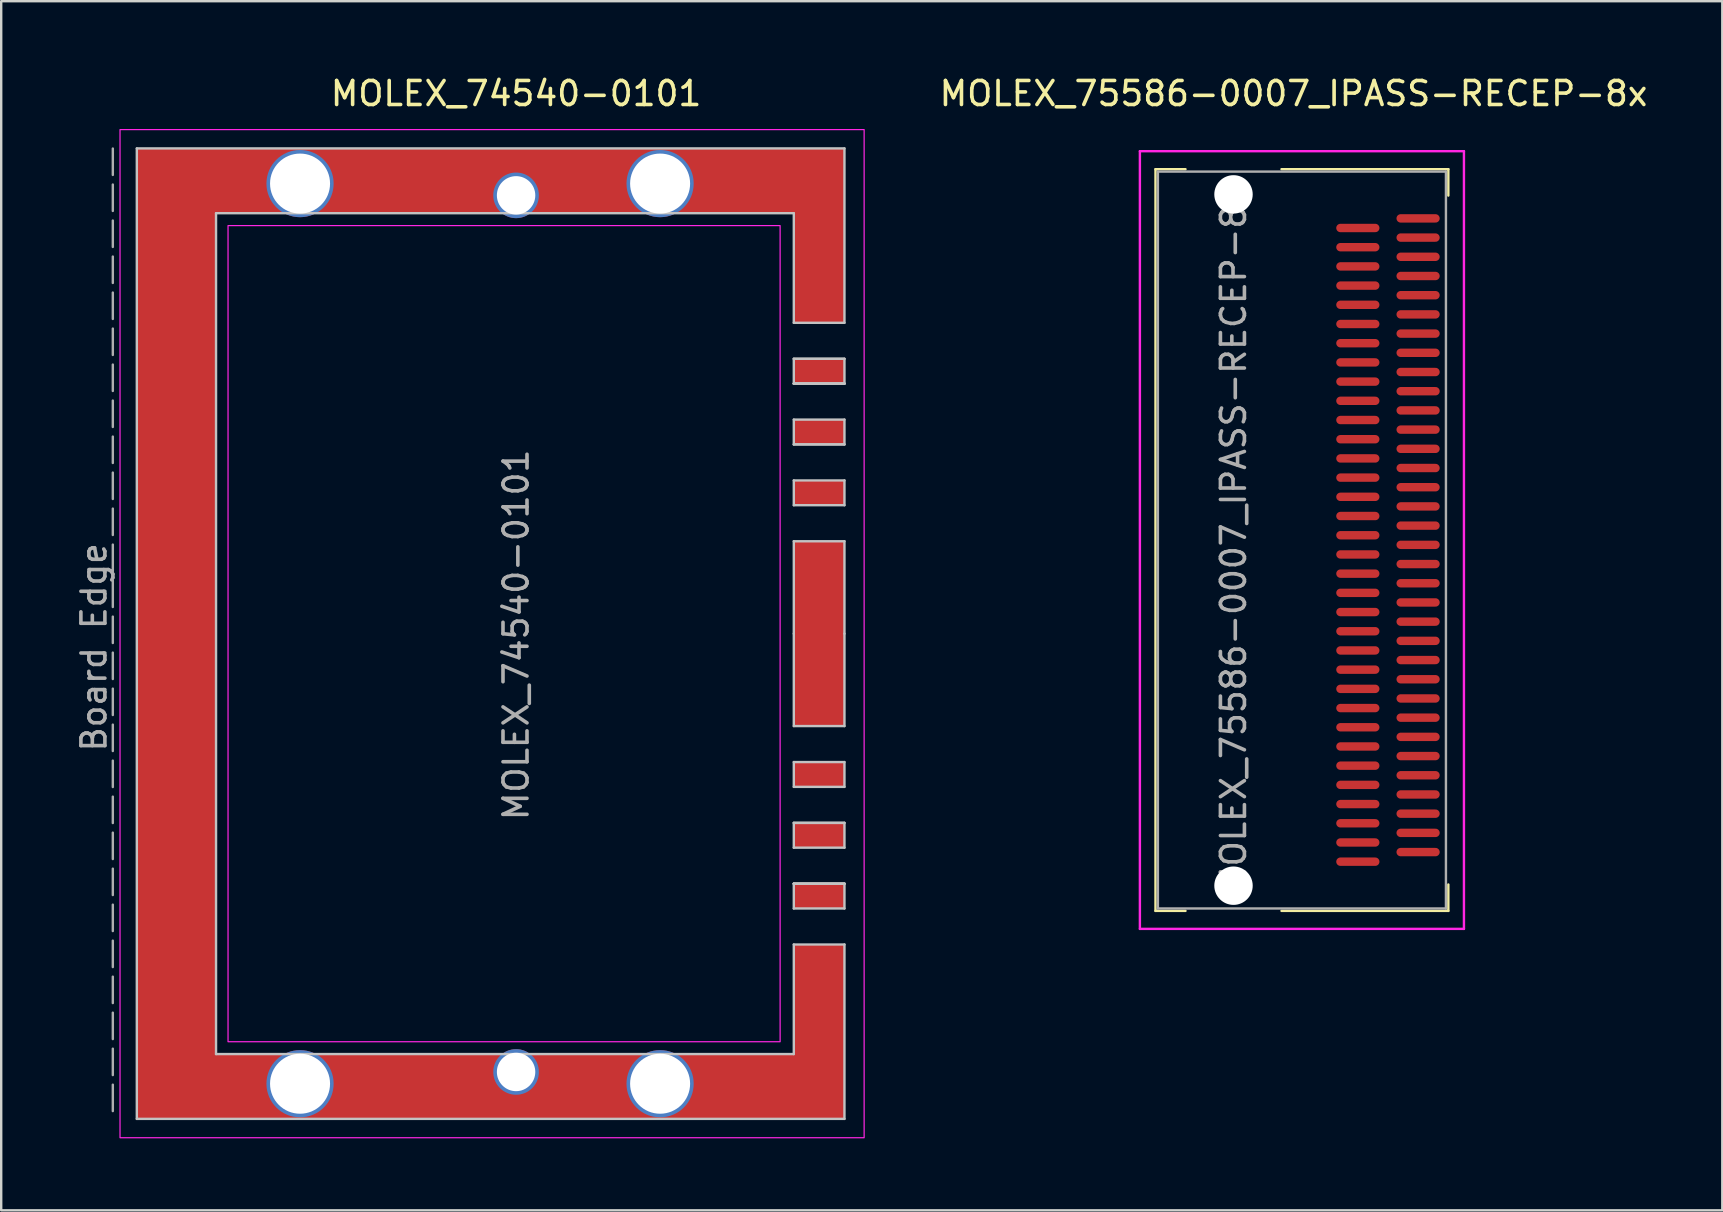
<source format=kicad_pcb>
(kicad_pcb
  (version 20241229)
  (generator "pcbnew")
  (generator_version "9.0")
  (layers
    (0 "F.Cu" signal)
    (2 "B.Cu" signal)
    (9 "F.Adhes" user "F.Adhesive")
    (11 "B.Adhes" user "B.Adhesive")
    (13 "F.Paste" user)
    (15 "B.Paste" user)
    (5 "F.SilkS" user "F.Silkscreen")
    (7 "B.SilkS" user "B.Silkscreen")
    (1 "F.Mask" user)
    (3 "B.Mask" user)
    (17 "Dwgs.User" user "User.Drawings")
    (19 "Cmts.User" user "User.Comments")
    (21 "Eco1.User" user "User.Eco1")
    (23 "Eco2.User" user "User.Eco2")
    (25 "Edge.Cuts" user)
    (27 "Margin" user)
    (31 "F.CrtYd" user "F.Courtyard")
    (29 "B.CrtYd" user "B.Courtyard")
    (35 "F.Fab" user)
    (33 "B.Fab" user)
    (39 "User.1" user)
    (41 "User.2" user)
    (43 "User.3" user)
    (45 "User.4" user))
  (footprint "MOLEX_75586-0007_IPASS-RECEP-8x"
    (layer "F.Cu")
    (at 48.338 19.448)
    (property "Reference" "MOLEX_75586-0007_IPASS-RECEP-8x" (at 2.5 -18.6 0) (layer "F.SilkS") (effects (font (size 1 1) (thickness 0.15))))
    (attr smd)
    (fp_line (start -3.25 -15.45) (end -3.25 15.45) (stroke (width 0.1) (type solid)) (layer "F.SilkS"))
    (fp_line (start -3.25 15.45) (end -2 15.45) (stroke (width 0.1) (type solid)) (layer "F.SilkS"))
    (fp_line (start -2 -15.45) (end -3.25 -15.45) (stroke (width 0.1) (type solid)) (layer "F.SilkS"))
    (fp_line (start 2 -15.45) (end 8.95 -15.45) (stroke (width 0.1) (type solid)) (layer "F.SilkS"))
    (fp_line (start 2 15.45) (end 8.95 15.45) (stroke (width 0.1) (type solid)) (layer "F.SilkS"))
    (fp_line (start 8.95 -15.45) (end 8.95 -14.35) (stroke (width 0.1) (type solid)) (layer "F.SilkS"))
    (fp_line (start 8.95 15.45) (end 8.95 14.35) (stroke (width 0.1) (type solid)) (layer "F.SilkS"))
    (fp_line (start -3.9 -16.2) (end 9.6 -16.2) (stroke (width 0.1) (type solid)) (layer "F.CrtYd"))
    (fp_line (start -3.9 16.2) (end -3.9 -16.2) (stroke (width 0.1) (type solid)) (layer "F.CrtYd"))
    (fp_line (start 9.6 -16.2) (end 9.6 16.2) (stroke (width 0.1) (type solid)) (layer "F.CrtYd"))
    (fp_line (start 9.6 16.2) (end -3.9 16.2) (stroke (width 0.1) (type solid)) (layer "F.CrtYd"))
    (fp_line (start -3.15 -15.35) (end 8.85 -15.35) (stroke (width 0.1) (type solid)) (layer "F.Fab"))
    (fp_line (start -3.15 15.35) (end -3.15 -15.35) (stroke (width 0.1) (type solid)) (layer "F.Fab"))
    (fp_line (start 8.85 -15.35) (end 8.85 15.35) (stroke (width 0.1) (type solid)) (layer "F.Fab"))
    (fp_line (start 8.85 15.35) (end -3.15 15.35) (stroke (width 0.1) (type solid)) (layer "F.Fab"))
    (fp_text user "${REFERENCE}" (at 0 0 90) (unlocked yes) (layer "F.Fab") (effects (font (size 1 1) (thickness 0.15))))
    (pad "" np_thru_hole circle (at 0 -14.4) (size 1.6 1.6) (drill 1.6) (layers "*.Cu" "*.Mask"))
    (pad "" np_thru_hole circle (at 0 14.4) (size 1.6 1.6) (drill 1.6) (layers "*.Cu" "*.Mask"))
    (pad "A1" smd oval (at 5.18 13.4 90) (size 0.35 1.8) (layers "F.Cu" "F.Mask" "F.Paste"))
    (pad "A2" smd oval (at 5.18 12.6 90) (size 0.35 1.8) (layers "F.Cu" "F.Mask" "F.Paste"))
    (pad "A3" smd oval (at 5.18 11.8 90) (size 0.35 1.8) (layers "F.Cu" "F.Mask" "F.Paste"))
    (pad "A4" smd oval (at 5.18 11 90) (size 0.35 1.8) (layers "F.Cu" "F.Mask" "F.Paste"))
    (pad "A5" smd oval (at 5.18 10.2 90) (size 0.35 1.8) (layers "F.Cu" "F.Mask" "F.Paste"))
    (pad "A6" smd oval (at 5.18 9.4 90) (size 0.35 1.8) (layers "F.Cu" "F.Mask" "F.Paste"))
    (pad "A7" smd oval (at 5.18 8.6 90) (size 0.35 1.8) (layers "F.Cu" "F.Mask" "F.Paste"))
    (pad "A8" smd oval (at 5.18 7.8 90) (size 0.35 1.8) (layers "F.Cu" "F.Mask" "F.Paste"))
    (pad "A9" smd oval (at 5.18 7 90) (size 0.35 1.8) (layers "F.Cu" "F.Mask" "F.Paste"))
    (pad "A10" smd oval (at 5.18 6.2 90) (size 0.35 1.8) (layers "F.Cu" "F.Mask" "F.Paste"))
    (pad "A11" smd oval (at 5.18 5.4 90) (size 0.35 1.8) (layers "F.Cu" "F.Mask" "F.Paste"))
    (pad "A12" smd oval (at 5.18 4.6 90) (size 0.35 1.8) (layers "F.Cu" "F.Mask" "F.Paste"))
    (pad "A13" smd oval (at 5.18 3.8 90) (size 0.35 1.8) (layers "F.Cu" "F.Mask" "F.Paste"))
    (pad "A14" smd oval (at 5.18 3 90) (size 0.35 1.8) (layers "F.Cu" "F.Mask" "F.Paste"))
    (pad "A15" smd oval (at 5.18 2.2 90) (size 0.35 1.8) (layers "F.Cu" "F.Mask" "F.Paste"))
    (pad "A16" smd oval (at 5.18 1.4 90) (size 0.35 1.8) (layers "F.Cu" "F.Mask" "F.Paste"))
    (pad "A17" smd oval (at 5.18 0.6 90) (size 0.35 1.8) (layers "F.Cu" "F.Mask" "F.Paste"))
    (pad "A18" smd oval (at 5.18 -0.2 90) (size 0.35 1.8) (layers "F.Cu" "F.Mask" "F.Paste"))
    (pad "A19" smd oval (at 5.18 -1 90) (size 0.35 1.8) (layers "F.Cu" "F.Mask" "F.Paste"))
    (pad "A20" smd oval (at 5.18 -1.8 90) (size 0.35 1.8) (layers "F.Cu" "F.Mask" "F.Paste"))
    (pad "A21" smd oval (at 5.18 -2.6 90) (size 0.35 1.8) (layers "F.Cu" "F.Mask" "F.Paste"))
    (pad "A22" smd oval (at 5.18 -3.4 90) (size 0.35 1.8) (layers "F.Cu" "F.Mask" "F.Paste"))
    (pad "A23" smd oval (at 5.18 -4.2 90) (size 0.35 1.8) (layers "F.Cu" "F.Mask" "F.Paste"))
    (pad "A24" smd oval (at 5.18 -5 90) (size 0.35 1.8) (layers "F.Cu" "F.Mask" "F.Paste"))
    (pad "A25" smd oval (at 5.18 -5.8 90) (size 0.35 1.8) (layers "F.Cu" "F.Mask" "F.Paste"))
    (pad "A26" smd oval (at 5.18 -6.6 90) (size 0.35 1.8) (layers "F.Cu" "F.Mask" "F.Paste"))
    (pad "A27" smd oval (at 5.18 -7.4 90) (size 0.35 1.8) (layers "F.Cu" "F.Mask" "F.Paste"))
    (pad "A28" smd oval (at 5.18 -8.2 90) (size 0.35 1.8) (layers "F.Cu" "F.Mask" "F.Paste"))
    (pad "A29" smd oval (at 5.18 -9 90) (size 0.35 1.8) (layers "F.Cu" "F.Mask" "F.Paste"))
    (pad "A30" smd oval (at 5.18 -9.8 90) (size 0.35 1.8) (layers "F.Cu" "F.Mask" "F.Paste"))
    (pad "A31" smd oval (at 5.18 -10.6 90) (size 0.35 1.8) (layers "F.Cu" "F.Mask" "F.Paste"))
    (pad "A32" smd oval (at 5.18 -11.4 90) (size 0.35 1.8) (layers "F.Cu" "F.Mask" "F.Paste"))
    (pad "A33" smd oval (at 5.18 -12.2 90) (size 0.35 1.8) (layers "F.Cu" "F.Mask" "F.Paste"))
    (pad "A34" smd oval (at 5.18 -13 90) (size 0.35 1.8) (layers "F.Cu" "F.Mask" "F.Paste"))
    (pad "B1" smd oval (at 7.69 13 90) (size 0.35 1.8) (layers "F.Cu" "F.Mask" "F.Paste"))
    (pad "B2" smd oval (at 7.69 12.2 90) (size 0.35 1.8) (layers "F.Cu" "F.Mask" "F.Paste"))
    (pad "B3" smd oval (at 7.69 11.4 90) (size 0.35 1.8) (layers "F.Cu" "F.Mask" "F.Paste"))
    (pad "B4" smd oval (at 7.69 10.6 90) (size 0.35 1.8) (layers "F.Cu" "F.Mask" "F.Paste"))
    (pad "B5" smd oval (at 7.69 9.8 90) (size 0.35 1.8) (layers "F.Cu" "F.Mask" "F.Paste"))
    (pad "B6" smd oval (at 7.69 9 90) (size 0.35 1.8) (layers "F.Cu" "F.Mask" "F.Paste"))
    (pad "B7" smd oval (at 7.69 8.2 90) (size 0.35 1.8) (layers "F.Cu" "F.Mask" "F.Paste"))
    (pad "B8" smd oval (at 7.69 7.4 90) (size 0.35 1.8) (layers "F.Cu" "F.Mask" "F.Paste"))
    (pad "B9" smd oval (at 7.69 6.6 90) (size 0.35 1.8) (layers "F.Cu" "F.Mask" "F.Paste"))
    (pad "B10" smd oval (at 7.69 5.8 90) (size 0.35 1.8) (layers "F.Cu" "F.Mask" "F.Paste"))
    (pad "B11" smd oval (at 7.69 5 90) (size 0.35 1.8) (layers "F.Cu" "F.Mask" "F.Paste"))
    (pad "B12" smd oval (at 7.69 4.2 90) (size 0.35 1.8) (layers "F.Cu" "F.Mask" "F.Paste"))
    (pad "B13" smd oval (at 7.69 3.4 90) (size 0.35 1.8) (layers "F.Cu" "F.Mask" "F.Paste"))
    (pad "B14" smd oval (at 7.69 2.6 90) (size 0.35 1.8) (layers "F.Cu" "F.Mask" "F.Paste"))
    (pad "B15" smd oval (at 7.69 1.8 90) (size 0.35 1.8) (layers "F.Cu" "F.Mask" "F.Paste"))
    (pad "B16" smd oval (at 7.69 1 90) (size 0.35 1.8) (layers "F.Cu" "F.Mask" "F.Paste"))
    (pad "B17" smd oval (at 7.69 0.2 90) (size 0.35 1.8) (layers "F.Cu" "F.Mask" "F.Paste"))
    (pad "B18" smd oval (at 7.69 -0.6 90) (size 0.35 1.8) (layers "F.Cu" "F.Mask" "F.Paste"))
    (pad "B19" smd oval (at 7.69 -1.4 90) (size 0.35 1.8) (layers "F.Cu" "F.Mask" "F.Paste"))
    (pad "B20" smd oval (at 7.69 -2.2 90) (size 0.35 1.8) (layers "F.Cu" "F.Mask" "F.Paste"))
    (pad "B21" smd oval (at 7.69 -3 90) (size 0.35 1.8) (layers "F.Cu" "F.Mask" "F.Paste"))
    (pad "B22" smd oval (at 7.69 -3.8 90) (size 0.35 1.8) (layers "F.Cu" "F.Mask" "F.Paste"))
    (pad "B23" smd oval (at 7.69 -4.6 90) (size 0.35 1.8) (layers "F.Cu" "F.Mask" "F.Paste"))
    (pad "B24" smd oval (at 7.69 -5.4 90) (size 0.35 1.8) (layers "F.Cu" "F.Mask" "F.Paste"))
    (pad "B25" smd oval (at 7.69 -6.2 90) (size 0.35 1.8) (layers "F.Cu" "F.Mask" "F.Paste"))
    (pad "B26" smd oval (at 7.69 -7 90) (size 0.35 1.8) (layers "F.Cu" "F.Mask" "F.Paste"))
    (pad "B27" smd oval (at 7.69 -7.8 90) (size 0.35 1.8) (layers "F.Cu" "F.Mask" "F.Paste"))
    (pad "B28" smd oval (at 7.69 -8.6 90) (size 0.35 1.8) (layers "F.Cu" "F.Mask" "F.Paste"))
    (pad "B29" smd oval (at 7.69 -9.4 90) (size 0.35 1.8) (layers "F.Cu" "F.Mask" "F.Paste"))
    (pad "B30" smd oval (at 7.69 -10.2 90) (size 0.35 1.8) (layers "F.Cu" "F.Mask" "F.Paste"))
    (pad "B31" smd oval (at 7.69 -11 90) (size 0.35 1.8) (layers "F.Cu" "F.Mask" "F.Paste"))
    (pad "B32" smd oval (at 7.69 -11.8 90) (size 0.35 1.8) (layers "F.Cu" "F.Mask" "F.Paste"))
    (pad "B33" smd oval (at 7.69 -12.6 90) (size 0.35 1.8) (layers "F.Cu" "F.Mask" "F.Paste"))
    (pad "B34" smd oval (at 7.69 -13.4 90) (size 0.35 1.8) (layers "F.Cu" "F.Mask" "F.Paste"))
    (zone (net_name "") (layer "F.Cu") (hatch edge 0.5) (connect_pads) (min_thickness 0.25) (filled_areas_thickness no) (keepout (tracks not_allowed) (vias not_allowed) (pads not_allowed) (copperpour allowed) (footprints allowed)) (placement (enabled no)) (fill) (polygon (pts (xy 45.188 4.098) (xy 46.688 4.098) (xy 46.688 5.948) (xy 45.188 5.948))))
    (zone (net_name "") (layer "F.Cu") (hatch edge 0.5) (connect_pads) (min_thickness 0.25) (filled_areas_thickness no) (keepout (tracks not_allowed) (vias not_allowed) (pads not_allowed) (copperpour allowed) (footprints allowed)) (placement (enabled no)) (fill) (polygon (pts (xy 45.188 32.948) (xy 46.688 32.948) (xy 46.688 34.798) (xy 45.188 34.798))))
    (zone (net_name "") (layer "F.Cu") (hatch edge 0.5) (connect_pads) (min_thickness 0.25) (filled_areas_thickness no) (keepout (tracks not_allowed) (vias not_allowed) (pads not_allowed) (copperpour allowed) (footprints allowed)) (placement (enabled no)) (fill) (polygon (pts (xy 55.138 4.098) (xy 57.188 4.098) (xy 57.188 5.498) (xy 55.138 5.498))))
    (zone (net_name "") (layer "F.Cu") (hatch edge 0.5) (connect_pads) (min_thickness 0.25) (filled_areas_thickness no) (keepout (tracks not_allowed) (vias not_allowed) (pads not_allowed) (copperpour allowed) (footprints allowed)) (placement (enabled no)) (fill) (polygon (pts (xy 55.138 33.398) (xy 57.188 33.398) (xy 57.188 34.798) (xy 55.138 34.798)))))
  (footprint "MOLEX_74540-0101"
    (layer "F.Cu")
    (at 18.45 23.348)
    (property "Reference" "MOLEX_74540-0101" (at 0 -22.5 0) (unlocked yes) (layer "F.SilkS") (effects (font (size 1 1) (thickness 0.15))))
    (attr through_hole)
    (fp_line (start -15.8 -20.215) (end 13.68 -20.215) (stroke (width 0.1) (type default)) (layer "Dwgs.User"))
    (fp_line (start -15.8 20.215) (end -15.8 -20.215) (stroke (width 0.1) (type default)) (layer "Dwgs.User"))
    (fp_line (start -12.5 -17.515) (end -12.5 17.515) (stroke (width 0.1) (type default)) (layer "Dwgs.User"))
    (fp_line (start -12.5 17.515) (end 11.57 17.515) (stroke (width 0.1) (type default)) (layer "Dwgs.User"))
    (fp_line (start 11.57 -17.515) (end -12.5 -17.515) (stroke (width 0.1) (type default)) (layer "Dwgs.User"))
    (fp_line (start 11.57 -12.95) (end 11.57 -17.515) (stroke (width 0.1) (type default)) (layer "Dwgs.User"))
    (fp_line (start 11.57 -12.95) (end 13.68 -12.95) (stroke (width 0.1) (type default)) (layer "Dwgs.User"))
    (fp_line (start 11.57 -11.45) (end 13.68 -11.45) (stroke (width 0.1) (type default)) (layer "Dwgs.User"))
    (fp_line (start 11.57 -11.45) (end 13.68 -11.45) (stroke (width 0.1) (type default)) (layer "Dwgs.User"))
    (fp_line (start 11.57 -10.417) (end 11.57 -11.45) (stroke (width 0.1) (type default)) (layer "Dwgs.User"))
    (fp_line (start 11.57 -10.417) (end 13.68 -10.417) (stroke (width 0.1) (type default)) (layer "Dwgs.User"))
    (fp_line (start 11.57 -8.917) (end 13.68 -8.917) (stroke (width 0.1) (type default)) (layer "Dwgs.User"))
    (fp_line (start 11.57 -7.883) (end 11.57 -8.917) (stroke (width 0.1) (type default)) (layer "Dwgs.User"))
    (fp_line (start 11.57 -6.383) (end 11.57 -5.35) (stroke (width 0.1) (type default)) (layer "Dwgs.User"))
    (fp_line (start 11.57 -6.383) (end 13.68 -6.383) (stroke (width 0.1) (type default)) (layer "Dwgs.User"))
    (fp_line (start 11.57 -5.35) (end 13.68 -5.35) (stroke (width 0.1) (type default)) (layer "Dwgs.User"))
    (fp_line (start 11.57 -3.85) (end 13.68 -3.85) (stroke (width 0.1) (type default)) (layer "Dwgs.User"))
    (fp_line (start 11.57 0) (end 11.57 -3.85) (stroke (width 0.1) (type default)) (layer "Dwgs.User"))
    (fp_line (start 11.57 0) (end 11.57 3.85) (stroke (width 0.1) (type default)) (layer "Dwgs.User"))
    (fp_line (start 11.57 6.383) (end 11.57 5.35) (stroke (width 0.1) (type default)) (layer "Dwgs.User"))
    (fp_line (start 11.57 7.883) (end 11.57 8.917) (stroke (width 0.1) (type default)) (layer "Dwgs.User"))
    (fp_line (start 11.57 7.883) (end 13.68 7.883) (stroke (width 0.1) (type default)) (layer "Dwgs.User"))
    (fp_line (start 11.57 7.883) (end 13.68 7.883) (stroke (width 0.1) (type default)) (layer "Dwgs.User"))
    (fp_line (start 11.57 10.417) (end 11.57 11.45) (stroke (width 0.1) (type default)) (layer "Dwgs.User"))
    (fp_line (start 11.57 10.417) (end 13.68 10.417) (stroke (width 0.1) (type default)) (layer "Dwgs.User"))
    (fp_line (start 11.57 10.417) (end 13.68 10.417) (stroke (width 0.1) (type default)) (layer "Dwgs.User"))
    (fp_line (start 11.57 10.417) (end 13.68 10.417) (stroke (width 0.1) (type default)) (layer "Dwgs.User"))
    (fp_line (start 11.57 12.95) (end 13.68 12.95) (stroke (width 0.1) (type default)) (layer "Dwgs.User"))
    (fp_line (start 11.57 17.515) (end 11.57 12.95) (stroke (width 0.1) (type default)) (layer "Dwgs.User"))
    (fp_line (start 13.68 -20.215) (end 13.68 -12.95) (stroke (width 0.1) (type default)) (layer "Dwgs.User"))
    (fp_line (start 13.68 -10.417) (end 11.57 -10.417) (stroke (width 0.1) (type default)) (layer "Dwgs.User"))
    (fp_line (start 13.68 -10.417) (end 11.57 -10.417) (stroke (width 0.1) (type default)) (layer "Dwgs.User"))
    (fp_line (start 13.68 -10.417) (end 11.57 -10.417) (stroke (width 0.1) (type default)) (layer "Dwgs.User"))
    (fp_line (start 13.68 -10.417) (end 13.68 -11.45) (stroke (width 0.1) (type default)) (layer "Dwgs.User"))
    (fp_line (start 13.68 -7.883) (end 11.57 -7.883) (stroke (width 0.1) (type default)) (layer "Dwgs.User"))
    (fp_line (start 13.68 -7.883) (end 11.57 -7.883) (stroke (width 0.1) (type default)) (layer "Dwgs.User"))
    (fp_line (start 13.68 -7.883) (end 13.68 -8.917) (stroke (width 0.1) (type default)) (layer "Dwgs.User"))
    (fp_line (start 13.68 -6.383) (end 13.68 -5.35) (stroke (width 0.1) (type default)) (layer "Dwgs.User"))
    (fp_line (start 13.68 0) (end 13.68 -3.85) (stroke (width 0.1) (type default)) (layer "Dwgs.User"))
    (fp_line (start 13.68 0) (end 13.68 3.85) (stroke (width 0.1) (type default)) (layer "Dwgs.User"))
    (fp_line (start 13.68 3.85) (end 11.57 3.85) (stroke (width 0.1) (type default)) (layer "Dwgs.User"))
    (fp_line (start 13.68 5.35) (end 11.57 5.35) (stroke (width 0.1) (type default)) (layer "Dwgs.User"))
    (fp_line (start 13.68 6.383) (end 11.57 6.383) (stroke (width 0.1) (type default)) (layer "Dwgs.User"))
    (fp_line (start 13.68 6.383) (end 13.68 5.35) (stroke (width 0.1) (type default)) (layer "Dwgs.User"))
    (fp_line (start 13.68 7.883) (end 13.68 8.917) (stroke (width 0.1) (type default)) (layer "Dwgs.User"))
    (fp_line (start 13.68 8.917) (end 11.57 8.917) (stroke (width 0.1) (type default)) (layer "Dwgs.User"))
    (fp_line (start 13.68 10.417) (end 11.57 10.417) (stroke (width 0.1) (type default)) (layer "Dwgs.User"))
    (fp_line (start 13.68 10.417) (end 13.68 11.45) (stroke (width 0.1) (type default)) (layer "Dwgs.User"))
    (fp_line (start 13.68 11.45) (end 11.57 11.45) (stroke (width 0.1) (type default)) (layer "Dwgs.User"))
    (fp_line (start 13.68 12.95) (end 13.68 20.215) (stroke (width 0.1) (type default)) (layer "Dwgs.User"))
    (fp_line (start 13.68 20.215) (end -15.8 20.215) (stroke (width 0.1) (type default)) (layer "Dwgs.User"))
    (fp_rect (start -16.5 -21) (end 14.5 21) (stroke (width 0.05) (type default)) (fill no) (layer "F.CrtYd"))
    (fp_rect (start -12 -17) (end 11 17) (stroke (width 0.05) (type default)) (fill no) (layer "F.CrtYd"))
    (fp_line (start -16.8 -20.21) (end -16.8 20.22) (stroke (width 0.1) (type dash)) (layer "F.Fab"))
    (fp_text user "Board Edge" (at -17 5 90) (unlocked yes) (layer "F.Fab") (effects (font (size 1 1) (thickness 0.15)) (justify left bottom)))
    (fp_text user "${REFERENCE}" (at 0 0.05 90) (unlocked yes) (layer "F.Fab") (effects (font (size 1 1) (thickness 0.15))))
    (pad "1" thru_hole circle (at -9 -18.75) (size 2.8 2.8) (drill 2.5) (layers "*.Cu" "*.Mask"))
    (pad "1" thru_hole circle (at -9 18.75) (size 2.8 2.8) (drill 2.5) (layers "*.Cu" "*.Mask"))
    (pad "1" thru_hole circle (at 0 -18.26) (size 1.9 1.9) (drill 1.6) (layers "*.Cu" "*.Mask"))
    (pad "1" thru_hole circle (at 0 18.26) (size 1.9 1.9) (drill 1.6) (layers "*.Cu" "*.Mask"))
    (pad "1" thru_hole circle (at 6 -18.75) (size 2.8 2.8) (drill 2.5) (layers "*.Cu" "*.Mask"))
    (pad "1" thru_hole circle (at 6 18.75) (size 2.8 2.8) (drill 2.5) (layers "*.Cu" "*.Mask"))
    (pad "1" smd custom (at 11.95 -18.93) (size 2.11 1.033) (layers "F.Cu" "F.Mask" "F.Paste") (options (anchor rect)) (primitives (gr_poly (pts (xy 1.73 5.98) (xy 1.73 -1.29) (xy -27.75 -1.28) (xy -27.75 39.15) (xy 1.73 39.15) (xy 1.73 31.88) (xy -0.38 31.88) (xy -0.38 36.45) (xy -24.45 36.45) (xy -24.45 1.41) (xy -0.38 1.41) (xy -0.38 5.98)) (width 0) (fill yes))))
    (pad "1" smd rect (at 12.625 -10.933) (size 2.11 1.033) (layers "F.Cu" "F.Mask" "F.Paste"))
    (pad "1" smd rect (at 12.625 -8.4) (size 2.11 1.033) (layers "F.Cu" "F.Mask" "F.Paste"))
    (pad "1" smd rect (at 12.625 -5.867) (size 2.11 1.033) (layers "F.Cu" "F.Mask" "F.Paste"))
    (pad "1" smd rect (at 12.625 0) (size 2.11 7.7) (layers "F.Cu" "F.Mask" "F.Paste"))
    (pad "1" smd rect (at 12.625 5.867) (size 2.11 1.033) (layers "F.Cu" "F.Mask" "F.Paste"))
    (pad "1" smd rect (at 12.625 8.4) (size 2.11 1.033) (layers "F.Cu" "F.Mask" "F.Paste"))
    (pad "1" smd rect (at 12.625 10.933) (size 2.11 1.033) (layers "F.Cu" "F.Mask" "F.Paste"))
    (zone (net_name "") (layer "F.Cu") (hatch edge 0.5) (connect_pads) (min_thickness 0.25) (filled_areas_thickness no) (keepout (tracks allowed) (vias allowed) (pads allowed) (copperpour not_allowed) (footprints allowed)) (placement (enabled no)) (fill) (polygon (pts (xy 2.65 3.138) (xy 2.65 43.568) (xy 32.13 43.568) (xy 32.13 3.128)))))
  (gr_rect
    (start -3 -3)
    (end 68.701 47.373)
    (stroke (width 0.1) (type default))
    (fill no)
    (layer "Edge.Cuts")))
</source>
